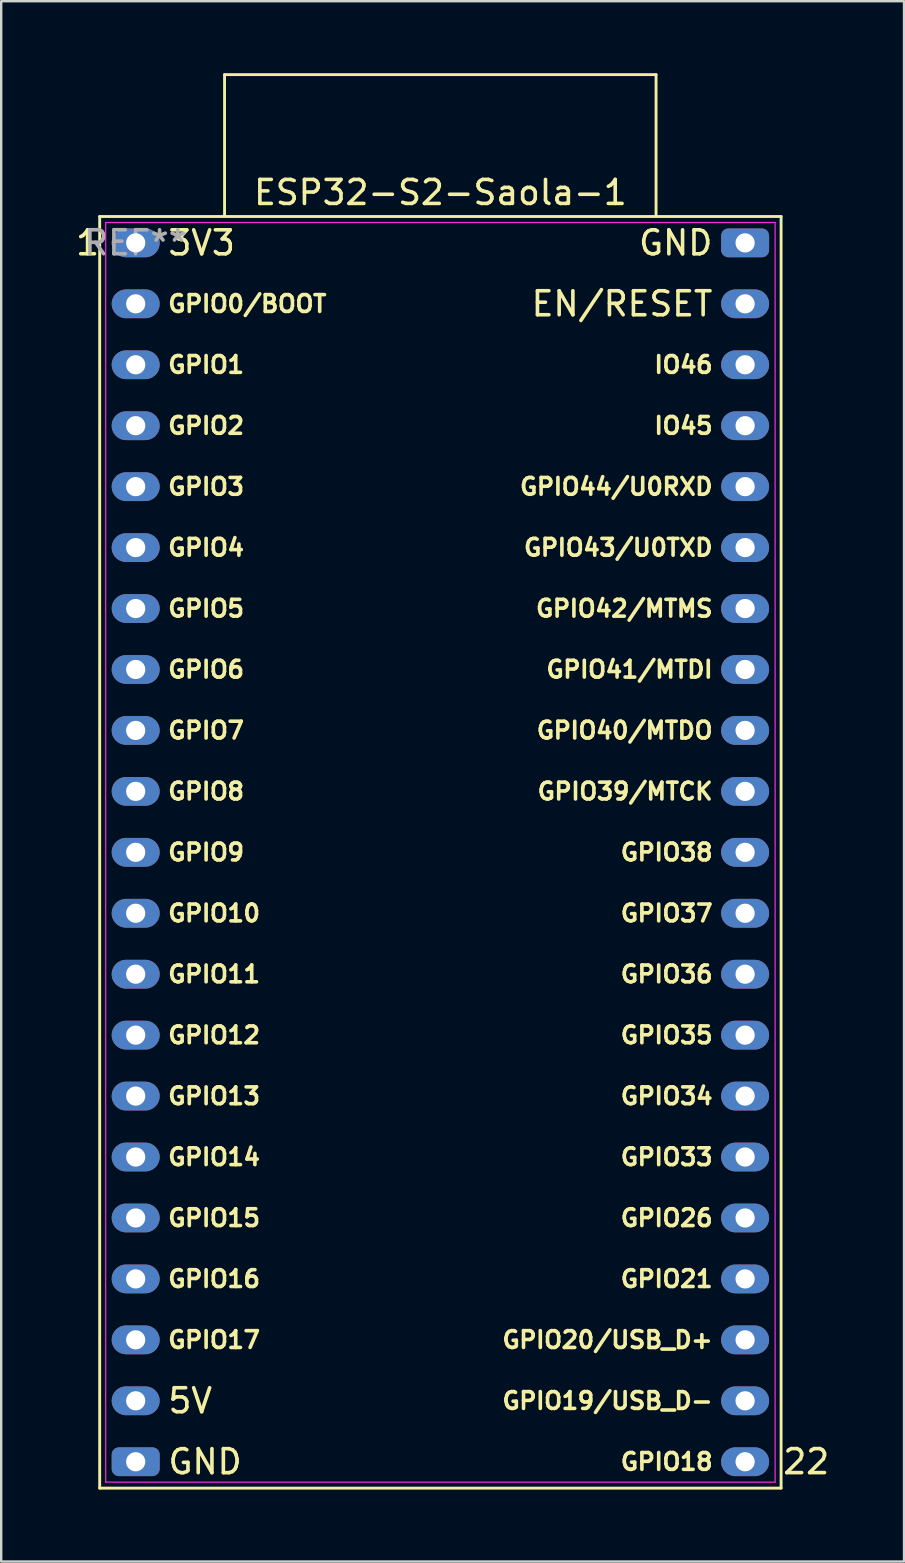
<source format=kicad_pcb>
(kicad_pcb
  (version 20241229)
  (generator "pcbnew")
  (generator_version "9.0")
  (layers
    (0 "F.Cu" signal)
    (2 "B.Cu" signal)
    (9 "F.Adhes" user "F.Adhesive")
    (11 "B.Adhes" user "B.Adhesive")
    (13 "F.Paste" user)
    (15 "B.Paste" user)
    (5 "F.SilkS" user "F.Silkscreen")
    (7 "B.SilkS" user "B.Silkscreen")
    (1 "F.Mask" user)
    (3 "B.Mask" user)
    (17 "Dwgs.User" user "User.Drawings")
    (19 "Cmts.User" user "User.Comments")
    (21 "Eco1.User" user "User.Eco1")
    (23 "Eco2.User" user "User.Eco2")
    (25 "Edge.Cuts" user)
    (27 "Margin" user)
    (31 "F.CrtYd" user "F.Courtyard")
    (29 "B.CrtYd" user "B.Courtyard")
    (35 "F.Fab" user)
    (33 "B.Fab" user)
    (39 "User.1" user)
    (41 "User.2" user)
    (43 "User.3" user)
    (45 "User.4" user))
  (footprint "ESP32-S2-Saola-1"
    (layer "F.Cu")
    (at 2.601 7.07)
    (property "Reference" "ESP32-S2-Saola-1" (at 12.704 -2.097 0) (layer "F.SilkS") (effects (font (size 1 1) (thickness 0.15))))
    (attr through_hole)
    (fp_line (start -1.496 51.903) (end 26.904 51.903) (stroke (width 0.12) (type solid)) (layer "F.SilkS"))
    (fp_line (start -1.496 -1.097) (end -1.496 51.903) (stroke (width 0.12) (type solid)) (layer "F.SilkS"))
    (fp_line (start 3.708 -7.01) (end 21.692 -7.01) (stroke (width 0.12) (type solid)) (layer "F.SilkS"))
    (fp_line (start 3.708 -1.118) (end 3.708 -7.01) (stroke (width 0.12) (type solid)) (layer "F.SilkS"))
    (fp_line (start 21.692 -7.01) (end 21.692 -1.118) (stroke (width 0.12) (type solid)) (layer "F.SilkS"))
    (fp_line (start 26.904 51.903) (end 26.904 -1.097) (stroke (width 0.12) (type solid)) (layer "F.SilkS"))
    (fp_line (start 26.904 -1.097) (end -1.496 -1.097) (stroke (width 0.12) (type solid)) (layer "F.SilkS"))
    (fp_line (start -1.246 -0.847) (end 26.654 -0.847) (stroke (width 0.05) (type solid)) (layer "F.CrtYd"))
    (fp_line (start -1.246 51.653) (end -1.246 -0.847) (stroke (width 0.05) (type solid)) (layer "F.CrtYd"))
    (fp_line (start 26.654 -0.847) (end 26.654 51.653) (stroke (width 0.05) (type solid)) (layer "F.CrtYd"))
    (fp_line (start 26.654 51.653) (end -1.246 51.653) (stroke (width 0.05) (type solid)) (layer "F.CrtYd"))
    (fp_text user "GPIO37" (at 24.134 27.943 0) (unlocked yes) (layer "F.SilkS") (effects (font (size 0.7 0.7) (thickness 0.15)) (justify right)))
    (fp_text user "GPIO16" (at 1.274 43.183 0) (unlocked yes) (layer "F.SilkS") (effects (font (size 0.7 0.7) (thickness 0.15)) (justify left)))
    (fp_text user "GPIO20/USB_D+" (at 24.134 45.723 0) (unlocked yes) (layer "F.SilkS") (effects (font (size 0.7 0.7) (thickness 0.15)) (justify right)))
    (fp_text user "GPIO4" (at 1.274 12.703 0) (unlocked yes) (layer "F.SilkS") (effects (font (size 0.7 0.7) (thickness 0.15)) (justify left)))
    (fp_text user "GPIO12" (at 1.274 33.023 0) (unlocked yes) (layer "F.SilkS") (effects (font (size 0.7 0.7) (thickness 0.15)) (justify left)))
    (fp_text user "GPIO7" (at 1.274 20.323 0) (unlocked yes) (layer "F.SilkS") (effects (font (size 0.7 0.7) (thickness 0.15)) (justify left)))
    (fp_text user "GND" (at 1.274 50.803 0) (unlocked yes) (layer "F.SilkS") (effects (font (size 1 1) (thickness 0.15)) (justify left)))
    (fp_text user "GND" (at 24.134 0.003 0) (unlocked yes) (layer "F.SilkS") (effects (font (size 1 1) (thickness 0.15)) (justify right)))
    (fp_text user "GPIO38" (at 24.134 25.403 0) (unlocked yes) (layer "F.SilkS") (effects (font (size 0.7 0.7) (thickness 0.15)) (justify right)))
    (fp_text user "GPIO0/BOOT" (at 1.274 2.543 0) (unlocked yes) (layer "F.SilkS") (effects (font (size 0.7 0.7) (thickness 0.15)) (justify left)))
    (fp_text user "GPIO6" (at 1.274 17.783 0) (unlocked yes) (layer "F.SilkS") (effects (font (size 0.7 0.7) (thickness 0.15)) (justify left)))
    (fp_text user "GPIO1" (at 1.274 5.083 0) (unlocked yes) (layer "F.SilkS") (effects (font (size 0.7 0.7) (thickness 0.15)) (justify left)))
    (fp_text user "22" (at 27.95 50.8 0) (layer "F.SilkS") (effects (font (size 1 1) (thickness 0.15))))
    (fp_text user "5V" (at 1.274 48.263 0) (unlocked yes) (layer "F.SilkS") (effects (font (size 1 1) (thickness 0.15)) (justify left)))
    (fp_text user "GPIO41/MTDI" (at 24.134 17.783 0) (unlocked yes) (layer "F.SilkS") (effects (font (size 0.7 0.7) (thickness 0.15)) (justify right)))
    (fp_text user "GPIO14" (at 1.274 38.103 0) (unlocked yes) (layer "F.SilkS") (effects (font (size 0.7 0.7) (thickness 0.15)) (justify left)))
    (fp_text user "GPIO26" (at 24.134 40.643 0) (unlocked yes) (layer "F.SilkS") (effects (font (size 0.7 0.7) (thickness 0.15)) (justify right)))
    (fp_text user "EN/RESET" (at 24.134 2.543 0) (unlocked yes) (layer "F.SilkS") (effects (font (size 1 1) (thickness 0.15)) (justify right)))
    (fp_text user "IO45" (at 24.134 7.623 0) (unlocked yes) (layer "F.SilkS") (effects (font (size 0.7 0.7) (thickness 0.15)) (justify right)))
    (fp_text user "GPIO5" (at 1.274 15.243 0) (unlocked yes) (layer "F.SilkS") (effects (font (size 0.7 0.7) (thickness 0.15)) (justify left)))
    (fp_text user "GPIO9" (at 1.274 25.403 0) (unlocked yes) (layer "F.SilkS") (effects (font (size 0.7 0.7) (thickness 0.15)) (justify left)))
    (fp_text user "GPIO34" (at 24.134 35.563 0) (unlocked yes) (layer "F.SilkS") (effects (font (size 0.7 0.7) (thickness 0.15)) (justify right)))
    (fp_text user "GPIO2" (at 1.274 7.623 0) (unlocked yes) (layer "F.SilkS") (effects (font (size 0.7 0.7) (thickness 0.15)) (justify left)))
    (fp_text user "GPIO19/USB_D-" (at 24.134 48.263 0) (unlocked yes) (layer "F.SilkS") (effects (font (size 0.7 0.7) (thickness 0.15)) (justify right)))
    (fp_text user "GPIO13" (at 1.274 35.563 0) (unlocked yes) (layer "F.SilkS") (effects (font (size 0.7 0.7) (thickness 0.15)) (justify left)))
    (fp_text user "GPIO35" (at 24.134 33.023 0) (unlocked yes) (layer "F.SilkS") (effects (font (size 0.7 0.7) (thickness 0.15)) (justify right)))
    (fp_text user "GPIO10" (at 1.274 27.943 0) (unlocked yes) (layer "F.SilkS") (effects (font (size 0.7 0.7) (thickness 0.15)) (justify left)))
    (fp_text user "1" (at -2 0 0) (layer "F.SilkS") (effects (font (size 1 1) (thickness 0.15))))
    (fp_text user "GPIO44/U0RXD" (at 24.134 10.163 0) (unlocked yes) (layer "F.SilkS") (effects (font (size 0.7 0.7) (thickness 0.15)) (justify right)))
    (fp_text user "GPIO39/MTCK" (at 24.134 22.863 0) (unlocked yes) (layer "F.SilkS") (effects (font (size 0.7 0.7) (thickness 0.15)) (justify right)))
    (fp_text user "GPIO43/U0TXD" (at 24.134 12.703 0) (unlocked yes) (layer "F.SilkS") (effects (font (size 0.7 0.7) (thickness 0.15)) (justify right)))
    (fp_text user "3V3" (at 1.274 0.003 0) (unlocked yes) (layer "F.SilkS") (effects (font (size 1 1) (thickness 0.15)) (justify left)))
    (fp_text user "GPIO21" (at 24.134 43.183 0) (unlocked yes) (layer "F.SilkS") (effects (font (size 0.7 0.7) (thickness 0.15)) (justify right)))
    (fp_text user "GPIO36" (at 24.134 30.483 0) (unlocked yes) (layer "F.SilkS") (effects (font (size 0.7 0.7) (thickness 0.15)) (justify right)))
    (fp_text user "GPIO11" (at 1.274 30.483 0) (unlocked yes) (layer "F.SilkS") (effects (font (size 0.7 0.7) (thickness 0.15)) (justify left)))
    (fp_text user "GPIO18" (at 24.134 50.803 0) (unlocked yes) (layer "F.SilkS") (effects (font (size 0.7 0.7) (thickness 0.15)) (justify right)))
    (fp_text user "GPIO33" (at 24.134 38.103 0) (unlocked yes) (layer "F.SilkS") (effects (font (size 0.7 0.7) (thickness 0.15)) (justify right)))
    (fp_text user "GPIO15" (at 1.274 40.643 0) (unlocked yes) (layer "F.SilkS") (effects (font (size 0.7 0.7) (thickness 0.15)) (justify left)))
    (fp_text user "GPIO17" (at 1.274 45.723 0) (unlocked yes) (layer "F.SilkS") (effects (font (size 0.7 0.7) (thickness 0.15)) (justify left)))
    (fp_text user "GPIO3" (at 1.274 10.163 0) (unlocked yes) (layer "F.SilkS") (effects (font (size 0.7 0.7) (thickness 0.15)) (justify left)))
    (fp_text user "IO46" (at 24.134 5.083 0) (unlocked yes) (layer "F.SilkS") (effects (font (size 0.7 0.7) (thickness 0.15)) (justify right)))
    (fp_text user "GPIO40/MTDO" (at 24.134 20.323 0) (unlocked yes) (layer "F.SilkS") (effects (font (size 0.7 0.7) (thickness 0.15)) (justify right)))
    (fp_text user "GPIO42/MTMS" (at 24.134 15.243 0) (unlocked yes) (layer "F.SilkS") (effects (font (size 0.7 0.7) (thickness 0.15)) (justify right)))
    (fp_text user "GPIO8" (at 1.274 22.863 0) (unlocked yes) (layer "F.SilkS") (effects (font (size 0.7 0.7) (thickness 0.15)) (justify left)))
    (fp_text user "REF**" (at 0 0 0) (layer "F.Fab") (effects (font (size 1 1) (thickness 0.15))))
    (pad "1" thru_hole oval (at 0.004 0.003 270) (size 1.2 2) (drill 0.8) (layers "*.Cu" "*.Mask"))
    (pad "2" thru_hole oval (at 0.004 2.543 270) (size 1.2 2) (drill 0.8) (layers "*.Cu" "*.Mask"))
    (pad "3" thru_hole oval (at 0.004 5.083 270) (size 1.2 2) (drill 0.8) (layers "*.Cu" "*.Mask"))
    (pad "4" thru_hole oval (at 0.004 7.623 270) (size 1.2 2) (drill 0.8) (layers "*.Cu" "*.Mask"))
    (pad "5" thru_hole oval (at 0.004 10.163 270) (size 1.2 2) (drill 0.8) (layers "*.Cu" "*.Mask"))
    (pad "6" thru_hole oval (at 0.004 12.703 270) (size 1.2 2) (drill 0.8) (layers "*.Cu" "*.Mask"))
    (pad "7" thru_hole oval (at 0.004 15.243 270) (size 1.2 2) (drill 0.8) (layers "*.Cu" "*.Mask"))
    (pad "8" thru_hole oval (at 0.004 17.783 270) (size 1.2 2) (drill 0.8) (layers "*.Cu" "*.Mask"))
    (pad "9" thru_hole oval (at 0.004 20.323 270) (size 1.2 2) (drill 0.8) (layers "*.Cu" "*.Mask"))
    (pad "10" thru_hole oval (at 0.004 22.863 270) (size 1.2 2) (drill 0.8) (layers "*.Cu" "*.Mask"))
    (pad "11" thru_hole oval (at 0.004 25.403 270) (size 1.2 2) (drill 0.8) (layers "*.Cu" "*.Mask"))
    (pad "12" thru_hole oval (at 0.004 27.943 270) (size 1.2 2) (drill 0.8) (layers "*.Cu" "*.Mask"))
    (pad "13" thru_hole oval (at 0.004 30.483 270) (size 1.2 2) (drill 0.8) (layers "*.Cu" "*.Mask"))
    (pad "14" thru_hole oval (at 0.004 33.023 270) (size 1.2 2) (drill 0.8) (layers "*.Cu" "*.Mask"))
    (pad "15" thru_hole oval (at 0.004 35.563 270) (size 1.2 2) (drill 0.8) (layers "*.Cu" "*.Mask"))
    (pad "16" thru_hole oval (at 0.004 38.103 270) (size 1.2 2) (drill 0.8) (layers "*.Cu" "*.Mask"))
    (pad "17" thru_hole oval (at 0.004 40.643 270) (size 1.2 2) (drill 0.8) (layers "*.Cu" "*.Mask"))
    (pad "18" thru_hole oval (at 0.004 43.183 270) (size 1.2 2) (drill 0.8) (layers "*.Cu" "*.Mask"))
    (pad "19" thru_hole oval (at 0.004 45.723 270) (size 1.2 2) (drill 0.8) (layers "*.Cu" "*.Mask"))
    (pad "20" thru_hole oval (at 0.004 48.263 270) (size 1.2 2) (drill 0.8) (layers "*.Cu" "*.Mask"))
    (pad "21" thru_hole roundrect (at 0.004 50.803 270) (size 1.2 2) (drill 0.8) (layers "*.Cu" "*.Mask") (roundrect_rratio 0.25))
    (pad "22" thru_hole oval (at 25.404 50.803 270) (size 1.2 2) (drill 0.8) (layers "*.Cu" "*.Mask"))
    (pad "23" thru_hole oval (at 25.404 48.263 270) (size 1.2 2) (drill 0.8) (layers "*.Cu" "*.Mask"))
    (pad "24" thru_hole oval (at 25.404 45.723 270) (size 1.2 2) (drill 0.8) (layers "*.Cu" "*.Mask"))
    (pad "25" thru_hole oval (at 25.404 43.183 270) (size 1.2 2) (drill 0.8) (layers "*.Cu" "*.Mask"))
    (pad "26" thru_hole oval (at 25.404 40.643 270) (size 1.2 2) (drill 0.8) (layers "*.Cu" "*.Mask"))
    (pad "27" thru_hole oval (at 25.404 38.103 270) (size 1.2 2) (drill 0.8) (layers "*.Cu" "*.Mask"))
    (pad "28" thru_hole oval (at 25.404 35.563 270) (size 1.2 2) (drill 0.8) (layers "*.Cu" "*.Mask"))
    (pad "29" thru_hole oval (at 25.404 33.023 270) (size 1.2 2) (drill 0.8) (layers "*.Cu" "*.Mask"))
    (pad "30" thru_hole oval (at 25.404 30.483 270) (size 1.2 2) (drill 0.8) (layers "*.Cu" "*.Mask"))
    (pad "31" thru_hole oval (at 25.404 27.943 270) (size 1.2 2) (drill 0.8) (layers "*.Cu" "*.Mask"))
    (pad "32" thru_hole oval (at 25.404 25.403 270) (size 1.2 2) (drill 0.8) (layers "*.Cu" "*.Mask"))
    (pad "33" thru_hole oval (at 25.404 22.863 270) (size 1.2 2) (drill 0.8) (layers "*.Cu" "*.Mask"))
    (pad "34" thru_hole oval (at 25.404 20.323 270) (size 1.2 2) (drill 0.8) (layers "*.Cu" "*.Mask"))
    (pad "35" thru_hole oval (at 25.404 17.783 270) (size 1.2 2) (drill 0.8) (layers "*.Cu" "*.Mask"))
    (pad "36" thru_hole oval (at 25.404 15.243 270) (size 1.2 2) (drill 0.8) (layers "*.Cu" "*.Mask"))
    (pad "37" thru_hole oval (at 25.404 12.703 270) (size 1.2 2) (drill 0.8) (layers "*.Cu" "*.Mask"))
    (pad "38" thru_hole oval (at 25.404 10.163 270) (size 1.2 2) (drill 0.8) (layers "*.Cu" "*.Mask"))
    (pad "39" thru_hole oval (at 25.404 7.623 270) (size 1.2 2) (drill 0.8) (layers "*.Cu" "*.Mask"))
    (pad "40" thru_hole oval (at 25.404 5.083 270) (size 1.2 2) (drill 0.8) (layers "*.Cu" "*.Mask"))
    (pad "41" thru_hole oval (at 25.404 2.543 270) (size 1.2 2) (drill 0.8) (layers "*.Cu" "*.Mask"))
    (pad "42" thru_hole roundrect (at 25.404 0.003 270) (size 1.2 2) (drill 0.8) (layers "*.Cu" "*.Mask") (roundrect_rratio 0.25)))
  (gr_rect
    (start -3 -3)
    (end 34.629 62.033)
    (stroke (width 0.1) (type default))
    (fill no)
    (layer "Edge.Cuts")))
</source>
